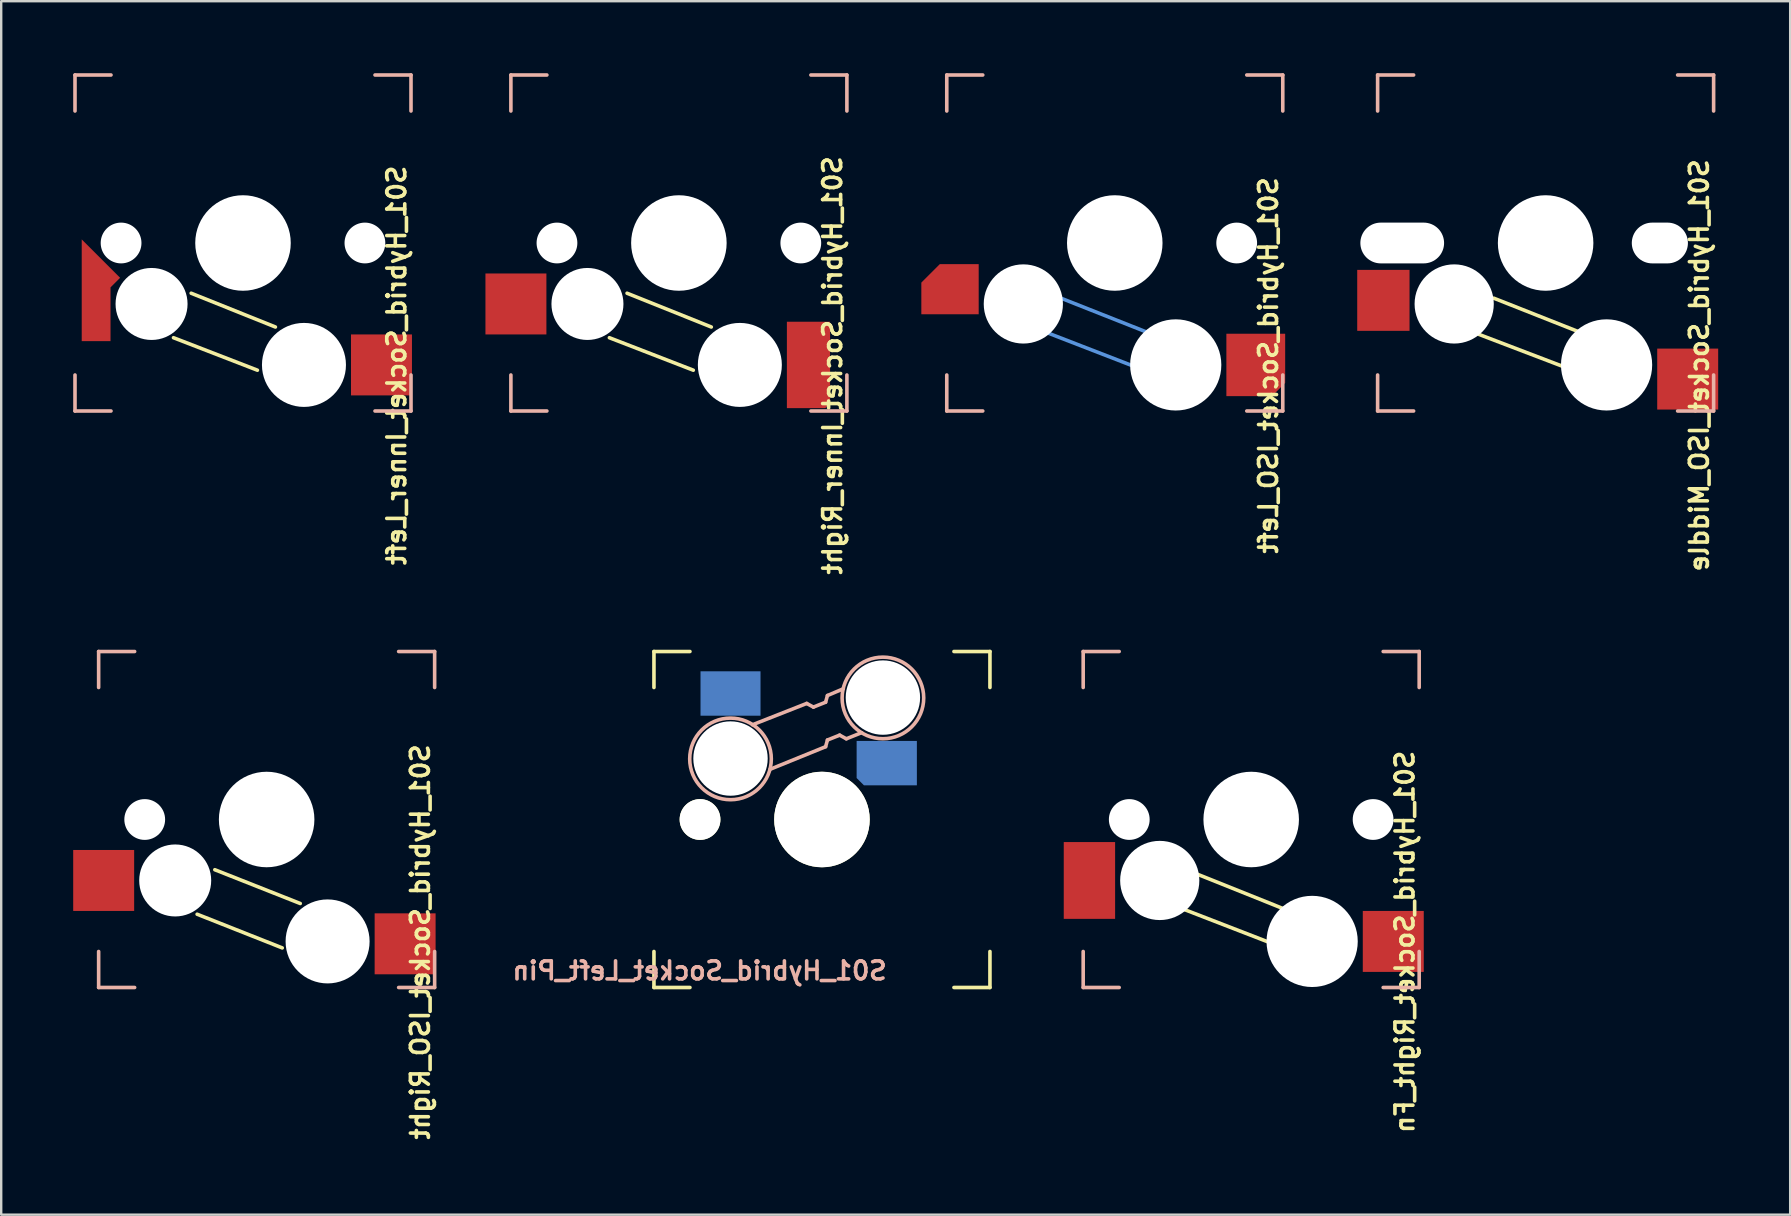
<source format=kicad_pcb>
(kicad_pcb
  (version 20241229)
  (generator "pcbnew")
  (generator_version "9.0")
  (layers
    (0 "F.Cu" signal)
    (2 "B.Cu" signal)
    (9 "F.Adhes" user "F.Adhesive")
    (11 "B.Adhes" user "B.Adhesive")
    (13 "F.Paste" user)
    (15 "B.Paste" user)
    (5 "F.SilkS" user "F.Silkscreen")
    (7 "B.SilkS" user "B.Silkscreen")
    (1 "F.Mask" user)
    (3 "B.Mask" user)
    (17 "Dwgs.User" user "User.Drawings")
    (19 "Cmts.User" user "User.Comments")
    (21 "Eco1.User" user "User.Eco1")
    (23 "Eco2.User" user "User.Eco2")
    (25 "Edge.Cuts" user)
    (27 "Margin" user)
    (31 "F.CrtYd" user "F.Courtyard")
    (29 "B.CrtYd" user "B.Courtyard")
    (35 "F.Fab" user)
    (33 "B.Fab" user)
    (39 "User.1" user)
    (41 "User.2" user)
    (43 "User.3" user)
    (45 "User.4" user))
  (footprint "S01_Hybrid_Socket_ISO_Middle"
    (layer "F.Cu")
    (at 61.351 7.075)
    (property "Reference" "S01_Hybrid_Socket_ISO_Middle" (at 6.4 5.1 270) (layer "F.SilkS") (effects (font (size 0.75 0.75) (thickness 0.15)) (justify mirror)))
    (attr smd)
    (fp_line (start -2.159 2.3) (end 1.4 3.707) (stroke (width 0.15) (type solid)) (layer "F.SilkS"))
    (fp_line (start 0.746 5.153) (end -2.8 3.8) (stroke (width 0.15) (type solid)) (layer "F.SilkS"))
    (fp_line (start -7 -7) (end -5.5 -7) (stroke (width 0.15) (type solid)) (layer "B.SilkS"))
    (fp_line (start -7 -5.5) (end -7 -7) (stroke (width 0.15) (type solid)) (layer "B.SilkS"))
    (fp_line (start -7 7) (end -7 5.5) (stroke (width 0.15) (type solid)) (layer "B.SilkS"))
    (fp_line (start -5.5 7) (end -7 7) (stroke (width 0.15) (type solid)) (layer "B.SilkS"))
    (fp_line (start 5.5 -7) (end 7 -7) (stroke (width 0.15) (type solid)) (layer "B.SilkS"))
    (fp_line (start 7 -7) (end 7 -5.5) (stroke (width 0.15) (type solid)) (layer "B.SilkS"))
    (fp_line (start 7 5.5) (end 7 7) (stroke (width 0.15) (type solid)) (layer "B.SilkS"))
    (fp_line (start 7 7) (end 5.5 7) (stroke (width 0.15) (type solid)) (layer "B.SilkS"))
    (pad "" np_thru_hole oval (at -5.975 0 180) (size 3.489 1.699) (drill oval 3.489 1.699) (layers "*.Cu" "*.Mask"))
    (pad "" np_thru_hole circle (at -3.81 2.54) (size 3.3 3.3) (drill 3.3) (layers "*.Cu" "*.Mask"))
    (pad "" np_thru_hole circle (at 0 0 180) (size 3.98 3.98) (drill 3.98) (layers "*.Cu" "*.Mask"))
    (pad "" np_thru_hole circle (at 2.54 5.08 180) (size 3.8 3.8) (drill 3.8) (layers "*.Cu" "*.Mask"))
    (pad "" np_thru_hole oval (at 4.76 0 180) (size 2.339 1.699) (drill oval 2.339 1.699) (layers "*.Cu" "*.Mask"))
    (pad "1" smd rect (at -6.76 2.39 180) (size 2.18 2.54) (layers "F.Cu" "F.Mask" "F.Paste"))
    (pad "2" smd rect (at 5.92 5.67 180) (size 2.54 2.54) (layers "F.Cu" "F.Mask" "F.Paste")))
  (footprint "S01_Hybrid_Socket_ISO_Right"
    (layer "F.Cu")
    (at 8.06 31.096)
    (property "Reference" "S01_Hybrid_Socket_ISO_Right" (at 6.4 5.1 270) (layer "F.SilkS") (effects (font (size 0.75 0.75) (thickness 0.15)) (justify mirror)))
    (attr smd)
    (fp_line (start -2.159 2.093) (end 1.4 3.5) (stroke (width 0.15) (type solid)) (layer "F.SilkS"))
    (fp_line (start 0.65 5.35) (end -2.896 3.947) (stroke (width 0.15) (type solid)) (layer "F.SilkS"))
    (fp_line (start -7 -7) (end -5.5 -7) (stroke (width 0.15) (type solid)) (layer "B.SilkS"))
    (fp_line (start -7 -5.5) (end -7 -7) (stroke (width 0.15) (type solid)) (layer "B.SilkS"))
    (fp_line (start -7 7) (end -7 5.5) (stroke (width 0.15) (type solid)) (layer "B.SilkS"))
    (fp_line (start -5.5 7) (end -7 7) (stroke (width 0.15) (type solid)) (layer "B.SilkS"))
    (fp_line (start 5.5 -7) (end 7 -7) (stroke (width 0.15) (type solid)) (layer "B.SilkS"))
    (fp_line (start 7 -7) (end 7 -5.5) (stroke (width 0.15) (type solid)) (layer "B.SilkS"))
    (fp_line (start 7 5.5) (end 7 7) (stroke (width 0.15) (type solid)) (layer "B.SilkS"))
    (fp_line (start 7 7) (end 5.5 7) (stroke (width 0.15) (type solid)) (layer "B.SilkS"))
    (pad "" np_thru_hole circle (at -5.08 0 180) (size 1.699 1.699) (drill 1.699) (layers "*.Cu" "*.Mask"))
    (pad "" np_thru_hole circle (at -3.81 2.54) (size 3 3) (drill 3) (layers "*.Cu" "*.Mask"))
    (pad "" np_thru_hole circle (at 0 0 180) (size 3.98 3.98) (drill 3.98) (layers "*.Cu" "*.Mask"))
    (pad "" np_thru_hole circle (at 2.54 5.08 180) (size 3.5 3.5) (drill 3.5) (layers "*.Cu" "*.Mask"))
    (pad "1" smd rect (at -6.79 2.54 180) (size 2.54 2.54) (layers "F.Cu" "F.Mask" "F.Paste"))
    (pad "2" smd rect (at 5.77 5.18 180) (size 2.54 2.54) (layers "F.Cu" "F.Mask" "F.Paste")))
  (footprint "S01_Hybrid_Socket_Inner_Right"
    (layer "F.Cu")
    (at 25.237 7.075)
    (property "Reference" "S01_Hybrid_Socket_Inner_Right" (at 6.4 5.1 270) (layer "F.SilkS") (effects (font (size 0.75 0.75) (thickness 0.15)) (justify mirror)))
    (attr through_hole)
    (fp_line (start -2.159 2.093) (end 1.35 3.5) (stroke (width 0.15) (type solid)) (layer "F.SilkS"))
    (fp_line (start 0.6 5.3) (end -2.896 3.947) (stroke (width 0.15) (type solid)) (layer "F.SilkS"))
    (fp_line (start -7 -7) (end -5.5 -7) (stroke (width 0.15) (type solid)) (layer "B.SilkS"))
    (fp_line (start -7 -5.5) (end -7 -7) (stroke (width 0.15) (type solid)) (layer "B.SilkS"))
    (fp_line (start -7 7) (end -7 5.5) (stroke (width 0.15) (type solid)) (layer "B.SilkS"))
    (fp_line (start -5.5 7) (end -7 7) (stroke (width 0.15) (type solid)) (layer "B.SilkS"))
    (fp_line (start 5.5 -7) (end 7 -7) (stroke (width 0.15) (type solid)) (layer "B.SilkS"))
    (fp_line (start 7 -7) (end 7 -5.5) (stroke (width 0.15) (type solid)) (layer "B.SilkS"))
    (fp_line (start 7 5.5) (end 7 7) (stroke (width 0.15) (type solid)) (layer "B.SilkS"))
    (fp_line (start 7 7) (end 5.5 7) (stroke (width 0.15) (type solid)) (layer "B.SilkS"))
    (pad "" np_thru_hole circle (at -5.08 0 180) (size 1.699 1.699) (drill 1.699) (layers "*.Cu" "*.Mask"))
    (pad "" np_thru_hole circle (at -3.81 2.54) (size 3 3) (drill 3) (layers "*.Cu" "*.Mask"))
    (pad "" np_thru_hole circle (at 0 0 180) (size 3.98 3.98) (drill 3.98) (layers "*.Cu" "*.Mask"))
    (pad "" np_thru_hole circle (at 2.54 5.08 180) (size 3.5 3.5) (drill 3.5) (layers "*.Cu" "*.Mask"))
    (pad "" np_thru_hole circle (at 5.08 0 180) (size 1.699 1.699) (drill 1.699) (layers "*.Cu" "*.Mask"))
    (pad "1" smd rect (at -6.79 2.54 180) (size 2.54 2.54) (layers "F.Cu" "F.Mask" "F.Paste"))
    (pad "2" smd custom (at 5.4 5.08) (size 1.8 1.8) (layers "F.Cu" "F.Mask" "F.Paste") (options (anchor circle)) (primitives (gr_poly (pts (xy -0.9 -1.8) (xy -0.9 1.8) (xy 0.7 1.8) (xy 0.9 1.6) (xy 0.9 -1.8)) (width 0) (fill yes)))))
  (footprint "S01_Hybrid_Socket_Right_Fn"
    (layer "F.Cu")
    (at 49.083 31.096)
    (property "Reference" "S01_Hybrid_Socket_Right_Fn" (at 6.4 5.1 270) (layer "F.SilkS") (effects (font (size 0.75 0.75) (thickness 0.15)) (justify mirror)))
    (attr smd)
    (fp_line (start -2.209 2.293) (end 1.3 3.7) (stroke (width 0.15) (type solid)) (layer "F.SilkS"))
    (fp_line (start 0.7 5.1) (end -2.796 3.747) (stroke (width 0.15) (type solid)) (layer "F.SilkS"))
    (fp_line (start -7 -7) (end -5.5 -7) (stroke (width 0.15) (type solid)) (layer "B.SilkS"))
    (fp_line (start -7 -5.5) (end -7 -7) (stroke (width 0.15) (type solid)) (layer "B.SilkS"))
    (fp_line (start -7 7) (end -7 5.5) (stroke (width 0.15) (type solid)) (layer "B.SilkS"))
    (fp_line (start -5.5 7) (end -7 7) (stroke (width 0.15) (type solid)) (layer "B.SilkS"))
    (fp_line (start 5.5 -7) (end 7 -7) (stroke (width 0.15) (type solid)) (layer "B.SilkS"))
    (fp_line (start 7 -7) (end 7 -5.5) (stroke (width 0.15) (type solid)) (layer "B.SilkS"))
    (fp_line (start 7 5.5) (end 7 7) (stroke (width 0.15) (type solid)) (layer "B.SilkS"))
    (fp_line (start 7 7) (end 5.5 7) (stroke (width 0.15) (type solid)) (layer "B.SilkS"))
    (pad "" np_thru_hole circle (at -5.08 0 180) (size 1.699 1.699) (drill 1.699) (layers "*.Cu" "*.Mask"))
    (pad "" np_thru_hole circle (at -3.81 2.54) (size 3.3 3.3) (drill 3.3) (layers "*.Cu" "*.Mask"))
    (pad "" np_thru_hole circle (at 0 0 180) (size 3.98 3.98) (drill 3.98) (layers "*.Cu" "*.Mask"))
    (pad "" np_thru_hole circle (at 2.54 5.08 180) (size 3.8 3.8) (drill 3.8) (layers "*.Cu" "*.Mask"))
    (pad "" np_thru_hole circle (at 5.08 0 180) (size 1.699 1.699) (drill 1.699) (layers "*.Cu" "*.Mask"))
    (pad "1" smd rect (at -6.74 2.54 180) (size 2.14 3.2) (layers "F.Cu" "F.Mask" "F.Paste"))
    (pad "2" smd rect (at 5.92 5.08 180) (size 2.54 2.54) (layers "F.Cu" "F.Mask" "F.Paste")))
  (footprint "S01_Hybrid_Socket_Inner_Left"
    (layer "F.Cu")
    (at 7.075 7.075)
    (property "Reference" "S01_Hybrid_Socket_Inner_Left" (at 6.4 5.1 270) (layer "F.SilkS") (effects (font (size 0.75 0.75) (thickness 0.15)) (justify mirror)))
    (attr through_hole)
    (fp_line (start -2.159 2.093) (end 1.35 3.5) (stroke (width 0.15) (type solid)) (layer "F.SilkS"))
    (fp_line (start 0.6 5.3) (end -2.896 3.947) (stroke (width 0.15) (type solid)) (layer "F.SilkS"))
    (fp_line (start -7 -7) (end -5.5 -7) (stroke (width 0.15) (type solid)) (layer "B.SilkS"))
    (fp_line (start -7 -5.5) (end -7 -7) (stroke (width 0.15) (type solid)) (layer "B.SilkS"))
    (fp_line (start -7 7) (end -7 5.5) (stroke (width 0.15) (type solid)) (layer "B.SilkS"))
    (fp_line (start -5.5 7) (end -7 7) (stroke (width 0.15) (type solid)) (layer "B.SilkS"))
    (fp_line (start 5.5 -7) (end 7 -7) (stroke (width 0.15) (type solid)) (layer "B.SilkS"))
    (fp_line (start 7 -7) (end 7 -5.5) (stroke (width 0.15) (type solid)) (layer "B.SilkS"))
    (fp_line (start 7 5.5) (end 7 7) (stroke (width 0.15) (type solid)) (layer "B.SilkS"))
    (fp_line (start 7 7) (end 5.5 7) (stroke (width 0.15) (type solid)) (layer "B.SilkS"))
    (pad "" np_thru_hole circle (at -5.08 0 180) (size 1.699 1.699) (drill 1.699) (layers "*.Cu" "*.Mask"))
    (pad "" np_thru_hole circle (at -3.81 2.54) (size 3 3) (drill 3) (layers "*.Cu" "*.Mask"))
    (pad "" np_thru_hole circle (at 0 0 180) (size 3.98 3.98) (drill 3.98) (layers "*.Cu" "*.Mask"))
    (pad "" np_thru_hole circle (at 2.54 5.08 180) (size 3.5 3.5) (drill 3.5) (layers "*.Cu" "*.Mask"))
    (pad "" np_thru_hole circle (at 5.08 0 180) (size 1.699 1.699) (drill 1.699) (layers "*.Cu" "*.Mask"))
    (pad "1" smd custom (at -6.12 2.54) (size 1.2 1.2) (layers "F.Cu" "F.Mask" "F.Paste") (options (anchor circle)) (primitives (gr_poly (pts (xy -0.6 -2.69) (xy -0.6 1.55) (xy 0.6 1.55) (xy 0.6 -0.69) (xy 1 -1.09)) (width 0) (fill yes))))
    (pad "2" smd rect (at 5.77 5.08 180) (size 2.54 2.54) (layers "F.Cu" "F.Mask" "F.Paste")))
  (footprint "S01_Hybrid_Socket_Left_Pin"
    (layer "F.Cu")
    (at 31.198 31.096)
    (property "Reference" "S01_Hybrid_Socket_Left_Pin" (at -5.1 6.3 0) (layer "B.SilkS") (effects (font (size 0.75 0.75) (thickness 0.15)) (justify mirror)))
    (attr through_hole)
    (fp_line (start -7 -7) (end -5.5 -7) (stroke (width 0.15) (type solid)) (layer "F.SilkS"))
    (fp_line (start -7 -5.5) (end -7 -7) (stroke (width 0.15) (type solid)) (layer "F.SilkS"))
    (fp_line (start -7 7) (end -7 5.5) (stroke (width 0.15) (type solid)) (layer "F.SilkS"))
    (fp_line (start -5.5 7) (end -7 7) (stroke (width 0.15) (type solid)) (layer "F.SilkS"))
    (fp_line (start 5.5 -7) (end 7 -7) (stroke (width 0.15) (type solid)) (layer "F.SilkS"))
    (fp_line (start 7 -7) (end 7 -5.5) (stroke (width 0.15) (type solid)) (layer "F.SilkS"))
    (fp_line (start 7 5.5) (end 7 7) (stroke (width 0.15) (type solid)) (layer "F.SilkS"))
    (fp_line (start 7 7) (end 5.5 7) (stroke (width 0.15) (type solid)) (layer "F.SilkS"))
    (fp_line (start -2.159 -2.093) (end 0.152 -3.033) (stroke (width 0.15) (type solid)) (layer "B.SilkS"))
    (fp_line (start -0.635 -4.836) (end -2.896 -3.947) (stroke (width 0.15) (type solid)) (layer "B.SilkS"))
    (fp_line (start -0.635 -4.836) (end -0.356 -4.684) (stroke (width 0.15) (type solid)) (layer "B.SilkS"))
    (fp_line (start -0.356 -4.684) (end 0.152 -4.887) (stroke (width 0.15) (type solid)) (layer "B.SilkS"))
    (fp_line (start 0.152 -4.887) (end 0.229 -5.166) (stroke (width 0.15) (type solid)) (layer "B.SilkS"))
    (fp_line (start 0.229 -3.312) (end 0.152 -3.033) (stroke (width 0.15) (type solid)) (layer "B.SilkS"))
    (fp_line (start 0.737 -3.515) (end 0.229 -3.312) (stroke (width 0.15) (type solid)) (layer "B.SilkS"))
    (fp_line (start 0.889 -5.446) (end 0.229 -5.166) (stroke (width 0.15) (type solid)) (layer "B.SilkS"))
    (fp_line (start 1.016 -3.363) (end 0.737 -3.515) (stroke (width 0.15) (type solid)) (layer "B.SilkS"))
    (fp_line (start 1.651 -3.617) (end 1.016 -3.363) (stroke (width 0.15) (type solid)) (layer "B.SilkS"))
    (fp_circle (center -3.81 -2.525) (end -2.11 -2.525) (stroke (width 0.15) (type solid)) (fill no) (layer "B.SilkS"))
    (fp_circle (center 2.54 -5.065) (end 4.24 -5.065) (stroke (width 0.15) (type solid)) (fill no) (layer "B.SilkS"))
    (pad "" np_thru_hole circle (at -5.08 0) (size 1.699 1.699) (drill 1.699) (layers "*.Cu" "*.Mask" "F.SilkS"))
    (pad "" np_thru_hole circle (at -3.81 -2.54 180) (size 3.1 3.1) (drill 3.1) (layers "*.Cu" "*.Mask"))
    (pad "" np_thru_hole circle (at 0 0) (size 3.98 3.98) (drill 3.98) (layers "*.Cu" "*.Mask" "F.SilkS"))
    (pad "" np_thru_hole circle (at 2.54 -5.08) (size 3.1 3.1) (drill 3.1) (layers "*.Cu" "*.Mask"))
    (pad "1" smd rect (at -3.81 -5.25) (size 2.5 1.85) (layers "B.Cu" "B.Mask" "B.Paste"))
    (pad "2" smd custom (at 2.7 -2.35) (size 1 1) (layers "B.Cu" "B.Mask" "B.Paste") (options (anchor rect)) (primitives (gr_poly (pts (xy -1.24 -0.92) (xy 1.25 -0.92) (xy 1.25 0.92) (xy -0.95 0.92) (xy -1.25 0.62) (xy -1.25 -0.92)) (width 0.01) (fill yes)))))
  (footprint "S01_Hybrid_Socket_ISO_Left"
    (layer "F.Cu")
    (at 43.399 7.075)
    (property "Reference" "S01_Hybrid_Socket_ISO_Left" (at 6.4 5.1 270) (layer "F.SilkS") (effects (font (size 0.75 0.75) (thickness 0.15)) (justify mirror)))
    (attr smd)
    (fp_line (start -7 -7) (end -5.5 -7) (stroke (width 0.15) (type solid)) (layer "B.SilkS"))
    (fp_line (start -7 -5.5) (end -7 -7) (stroke (width 0.15) (type solid)) (layer "B.SilkS"))
    (fp_line (start -7 7) (end -7 5.5) (stroke (width 0.15) (type solid)) (layer "B.SilkS"))
    (fp_line (start -5.5 7) (end -7 7) (stroke (width 0.15) (type solid)) (layer "B.SilkS"))
    (fp_line (start 5.5 -7) (end 7 -7) (stroke (width 0.15) (type solid)) (layer "B.SilkS"))
    (fp_line (start 7 -7) (end 7 -5.5) (stroke (width 0.15) (type solid)) (layer "B.SilkS"))
    (fp_line (start 7 5.5) (end 7 7) (stroke (width 0.15) (type solid)) (layer "B.SilkS"))
    (fp_line (start 7 7) (end 5.5 7) (stroke (width 0.15) (type solid)) (layer "B.SilkS"))
    (fp_line (start -2.259 2.293) (end 1.3 3.7) (stroke (width 0.15) (type solid)) (layer "Cmts.User"))
    (fp_line (start 0.7 5.1) (end -2.796 3.747) (stroke (width 0.15) (type solid)) (layer "Cmts.User"))
    (pad "" np_thru_hole circle (at -3.81 2.54 180) (size 3.3 3.3) (drill 3.3) (layers "*.Cu" "*.Mask"))
    (pad "" np_thru_hole circle (at 0 0 180) (size 3.98 3.98) (drill 3.98) (layers "*.Cu" "*.Mask"))
    (pad "" np_thru_hole circle (at 2.54 5.08 180) (size 3.8 3.8) (drill 3.8) (layers "*.Cu" "*.Mask"))
    (pad "" np_thru_hole circle (at 5.08 0 180) (size 1.699 1.699) (drill 1.699) (layers "*.Cu" "*.Mask"))
    (pad "1" smd custom (at -6.79 2.04) (size 1.5 1.5) (layers "F.Cu" "F.Mask" "F.Paste") (options (anchor circle)) (primitives (gr_poly (pts (xy -0.5 -1.16) (xy -1.27 -0.39) (xy -1.27 0.93) (xy 1.12 0.93) (xy 1.12 -1.16)) (width 0) (fill yes))))
    (pad "2" smd custom (at 5.8 5.08) (size 2 2) (layers "F.Cu" "F.Mask" "F.Paste") (options (anchor circle)) (primitives (gr_poly (pts (xy -1.15 -1.3) (xy -1.15 1.3) (xy 0.75 1.3) (xy 1.3 0.75) (xy 1.3 -1.3)) (width 0) (fill yes)))))
  (gr_rect
    (start -3 -3)
    (end 71.541 47.561)
    (stroke (width 0.1) (type default))
    (fill no)
    (layer "Edge.Cuts")))
</source>
